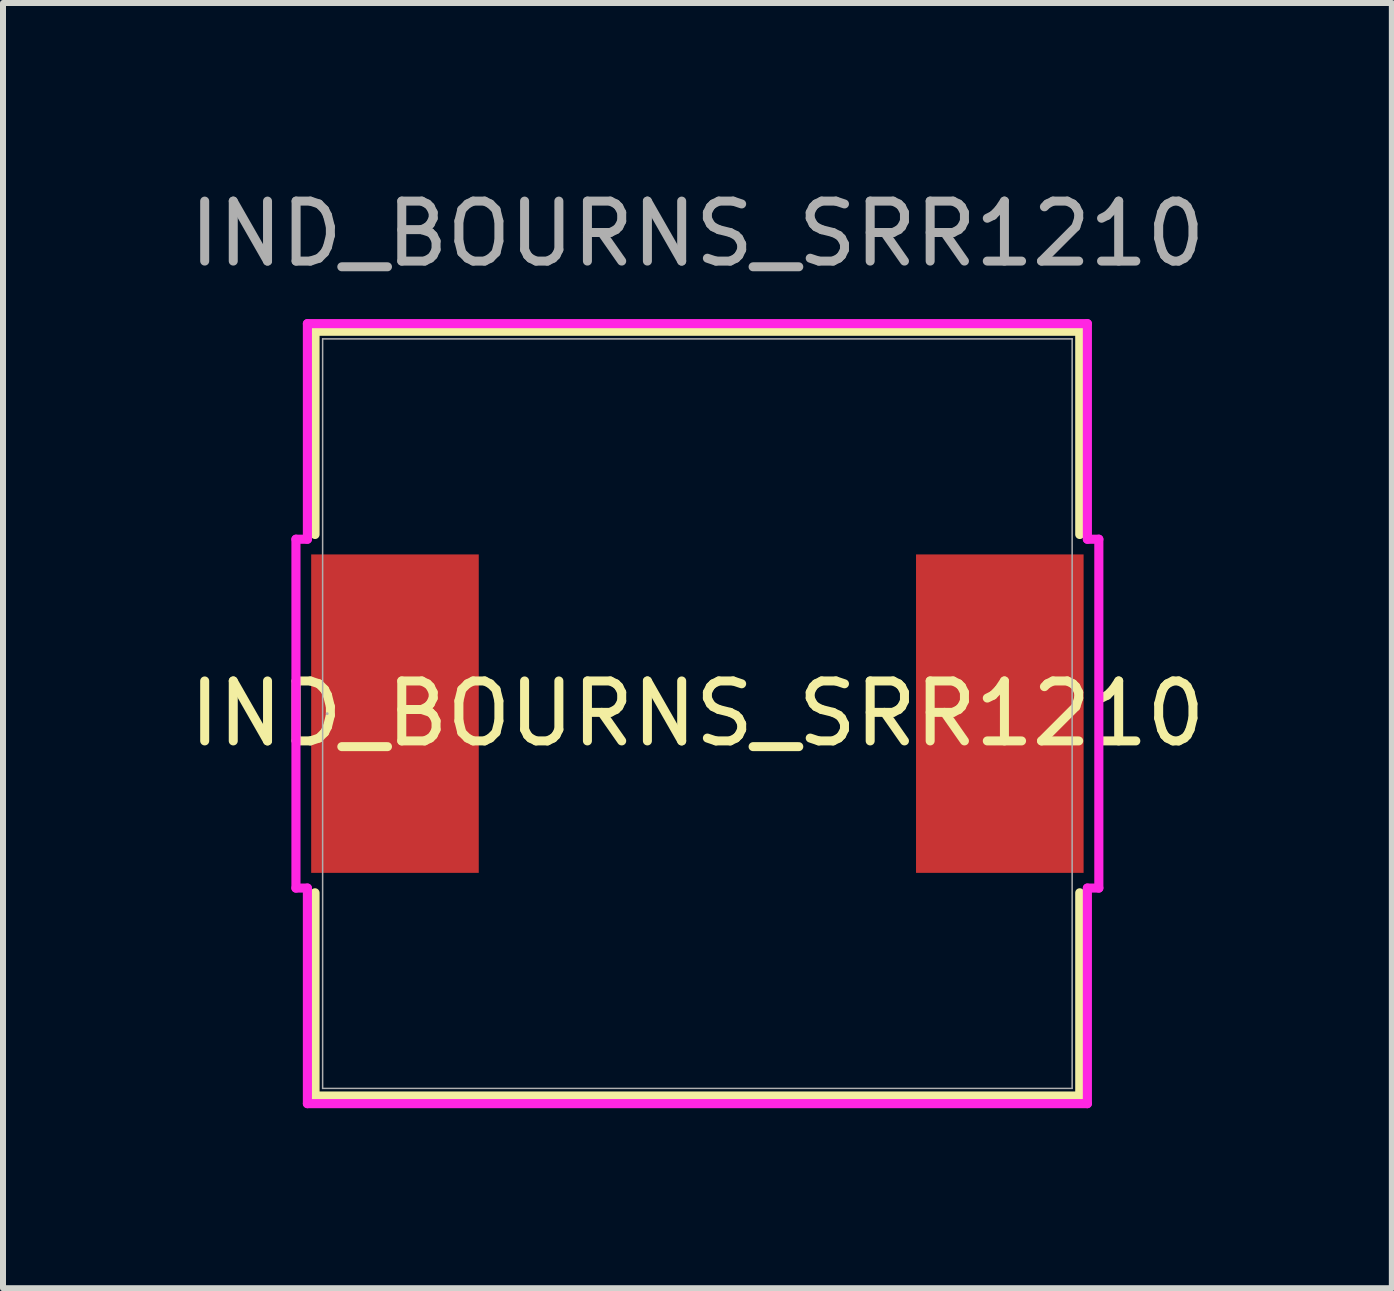
<source format=kicad_pcb>
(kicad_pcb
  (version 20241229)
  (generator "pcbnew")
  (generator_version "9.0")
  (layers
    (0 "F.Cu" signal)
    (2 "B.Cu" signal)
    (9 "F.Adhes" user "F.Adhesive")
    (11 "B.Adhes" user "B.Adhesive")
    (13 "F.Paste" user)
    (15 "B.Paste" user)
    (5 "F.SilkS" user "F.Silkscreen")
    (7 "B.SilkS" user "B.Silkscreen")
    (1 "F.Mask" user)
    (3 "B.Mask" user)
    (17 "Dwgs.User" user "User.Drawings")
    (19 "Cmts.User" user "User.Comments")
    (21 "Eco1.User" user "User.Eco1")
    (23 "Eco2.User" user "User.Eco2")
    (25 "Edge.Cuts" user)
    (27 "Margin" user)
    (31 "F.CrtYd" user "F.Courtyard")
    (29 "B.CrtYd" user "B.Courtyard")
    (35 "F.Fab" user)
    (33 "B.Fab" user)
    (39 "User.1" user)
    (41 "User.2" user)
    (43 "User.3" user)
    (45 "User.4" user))
  (footprint "IND_BOURNS_SRR1210"
    (layer "F.Cu")
    (at 8.577 8.848)
    (property "Reference" "IND_BOURNS_SRR1210" (at 0 0 0) (unlocked yes) (layer "F.SilkS") (effects (font (size 1 1) (thickness 0.15))))
    (attr smd)
    (fp_line (start -6.375 -6.375) (end -6.375 -2.987) (stroke (width 0.152) (type solid)) (layer "F.SilkS"))
    (fp_line (start -6.375 2.987) (end -6.375 6.375) (stroke (width 0.152) (type solid)) (layer "F.SilkS"))
    (fp_line (start -6.375 6.375) (end 6.375 6.375) (stroke (width 0.152) (type solid)) (layer "F.SilkS"))
    (fp_line (start 6.375 -6.375) (end -6.375 -6.375) (stroke (width 0.152) (type solid)) (layer "F.SilkS"))
    (fp_line (start 6.375 -2.987) (end 6.375 -6.375) (stroke (width 0.152) (type solid)) (layer "F.SilkS"))
    (fp_line (start 6.375 6.375) (end 6.375 2.987) (stroke (width 0.152) (type solid)) (layer "F.SilkS"))
    (fp_line (start -6.693 -2.908) (end -6.502 -2.908) (stroke (width 0.152) (type solid)) (layer "F.CrtYd"))
    (fp_line (start -6.693 2.908) (end -6.693 -2.908) (stroke (width 0.152) (type solid)) (layer "F.CrtYd"))
    (fp_line (start -6.502 -6.502) (end 6.502 -6.502) (stroke (width 0.152) (type solid)) (layer "F.CrtYd"))
    (fp_line (start -6.502 -2.908) (end -6.502 -6.502) (stroke (width 0.152) (type solid)) (layer "F.CrtYd"))
    (fp_line (start -6.502 2.908) (end -6.693 2.908) (stroke (width 0.152) (type solid)) (layer "F.CrtYd"))
    (fp_line (start -6.502 6.502) (end -6.502 2.908) (stroke (width 0.152) (type solid)) (layer "F.CrtYd"))
    (fp_line (start 6.502 -6.502) (end 6.502 -2.908) (stroke (width 0.152) (type solid)) (layer "F.CrtYd"))
    (fp_line (start 6.502 -2.908) (end 6.693 -2.908) (stroke (width 0.152) (type solid)) (layer "F.CrtYd"))
    (fp_line (start 6.502 2.908) (end 6.502 6.502) (stroke (width 0.152) (type solid)) (layer "F.CrtYd"))
    (fp_line (start 6.502 6.502) (end -6.502 6.502) (stroke (width 0.152) (type solid)) (layer "F.CrtYd"))
    (fp_line (start 6.693 -2.908) (end 6.693 2.908) (stroke (width 0.152) (type solid)) (layer "F.CrtYd"))
    (fp_line (start 6.693 2.908) (end 6.502 2.908) (stroke (width 0.152) (type solid)) (layer "F.CrtYd"))
    (fp_line (start -6.248 -6.248) (end -6.248 6.248) (stroke (width 0.025) (type solid)) (layer "F.Fab"))
    (fp_line (start -6.248 6.248) (end 6.248 6.248) (stroke (width 0.025) (type solid)) (layer "F.Fab"))
    (fp_line (start 6.248 -6.248) (end -6.248 -6.248) (stroke (width 0.025) (type solid)) (layer "F.Fab"))
    (fp_line (start 6.248 6.248) (end 6.248 -6.248) (stroke (width 0.025) (type solid)) (layer "F.Fab"))
    (fp_circle (center -6.172 0) (end -6.172 0) (stroke (width 0.025) (type solid)) (fill no) (layer "F.Fab"))
    (fp_text user "${REFERENCE}" (at 0 -8 0) (unlocked yes) (layer "F.Fab") (effects (font (size 1 1) (thickness 0.15))))
    (pad "1" smd rect (at -5.042 0) (size 2.794 5.309) (layers "F.Cu" "F.Mask" "F.Paste"))
    (pad "2" smd rect (at 5.042 0) (size 2.794 5.309) (layers "F.Cu" "F.Mask" "F.Paste"))
    (zone (net_name "") (layer "F.Cu") (hatch full 0.508) (connect_pads) (min_thickness 0.254) (filled_areas_thickness no) (keepout (tracks not_allowed) (vias not_allowed) (pads allowed) (copperpour not_allowed) (footprints allowed)) (placement (enabled no)) (fill) (polygon (pts (xy 4.983 2.651) (xy 12.171 2.651) (xy 12.171 15.046) (xy 4.983 15.046)))))
  (gr_rect
    (start -3 -3)
    (end 20.155 18.427)
    (stroke (width 0.1) (type default))
    (fill no)
    (layer "Edge.Cuts")))
</source>
